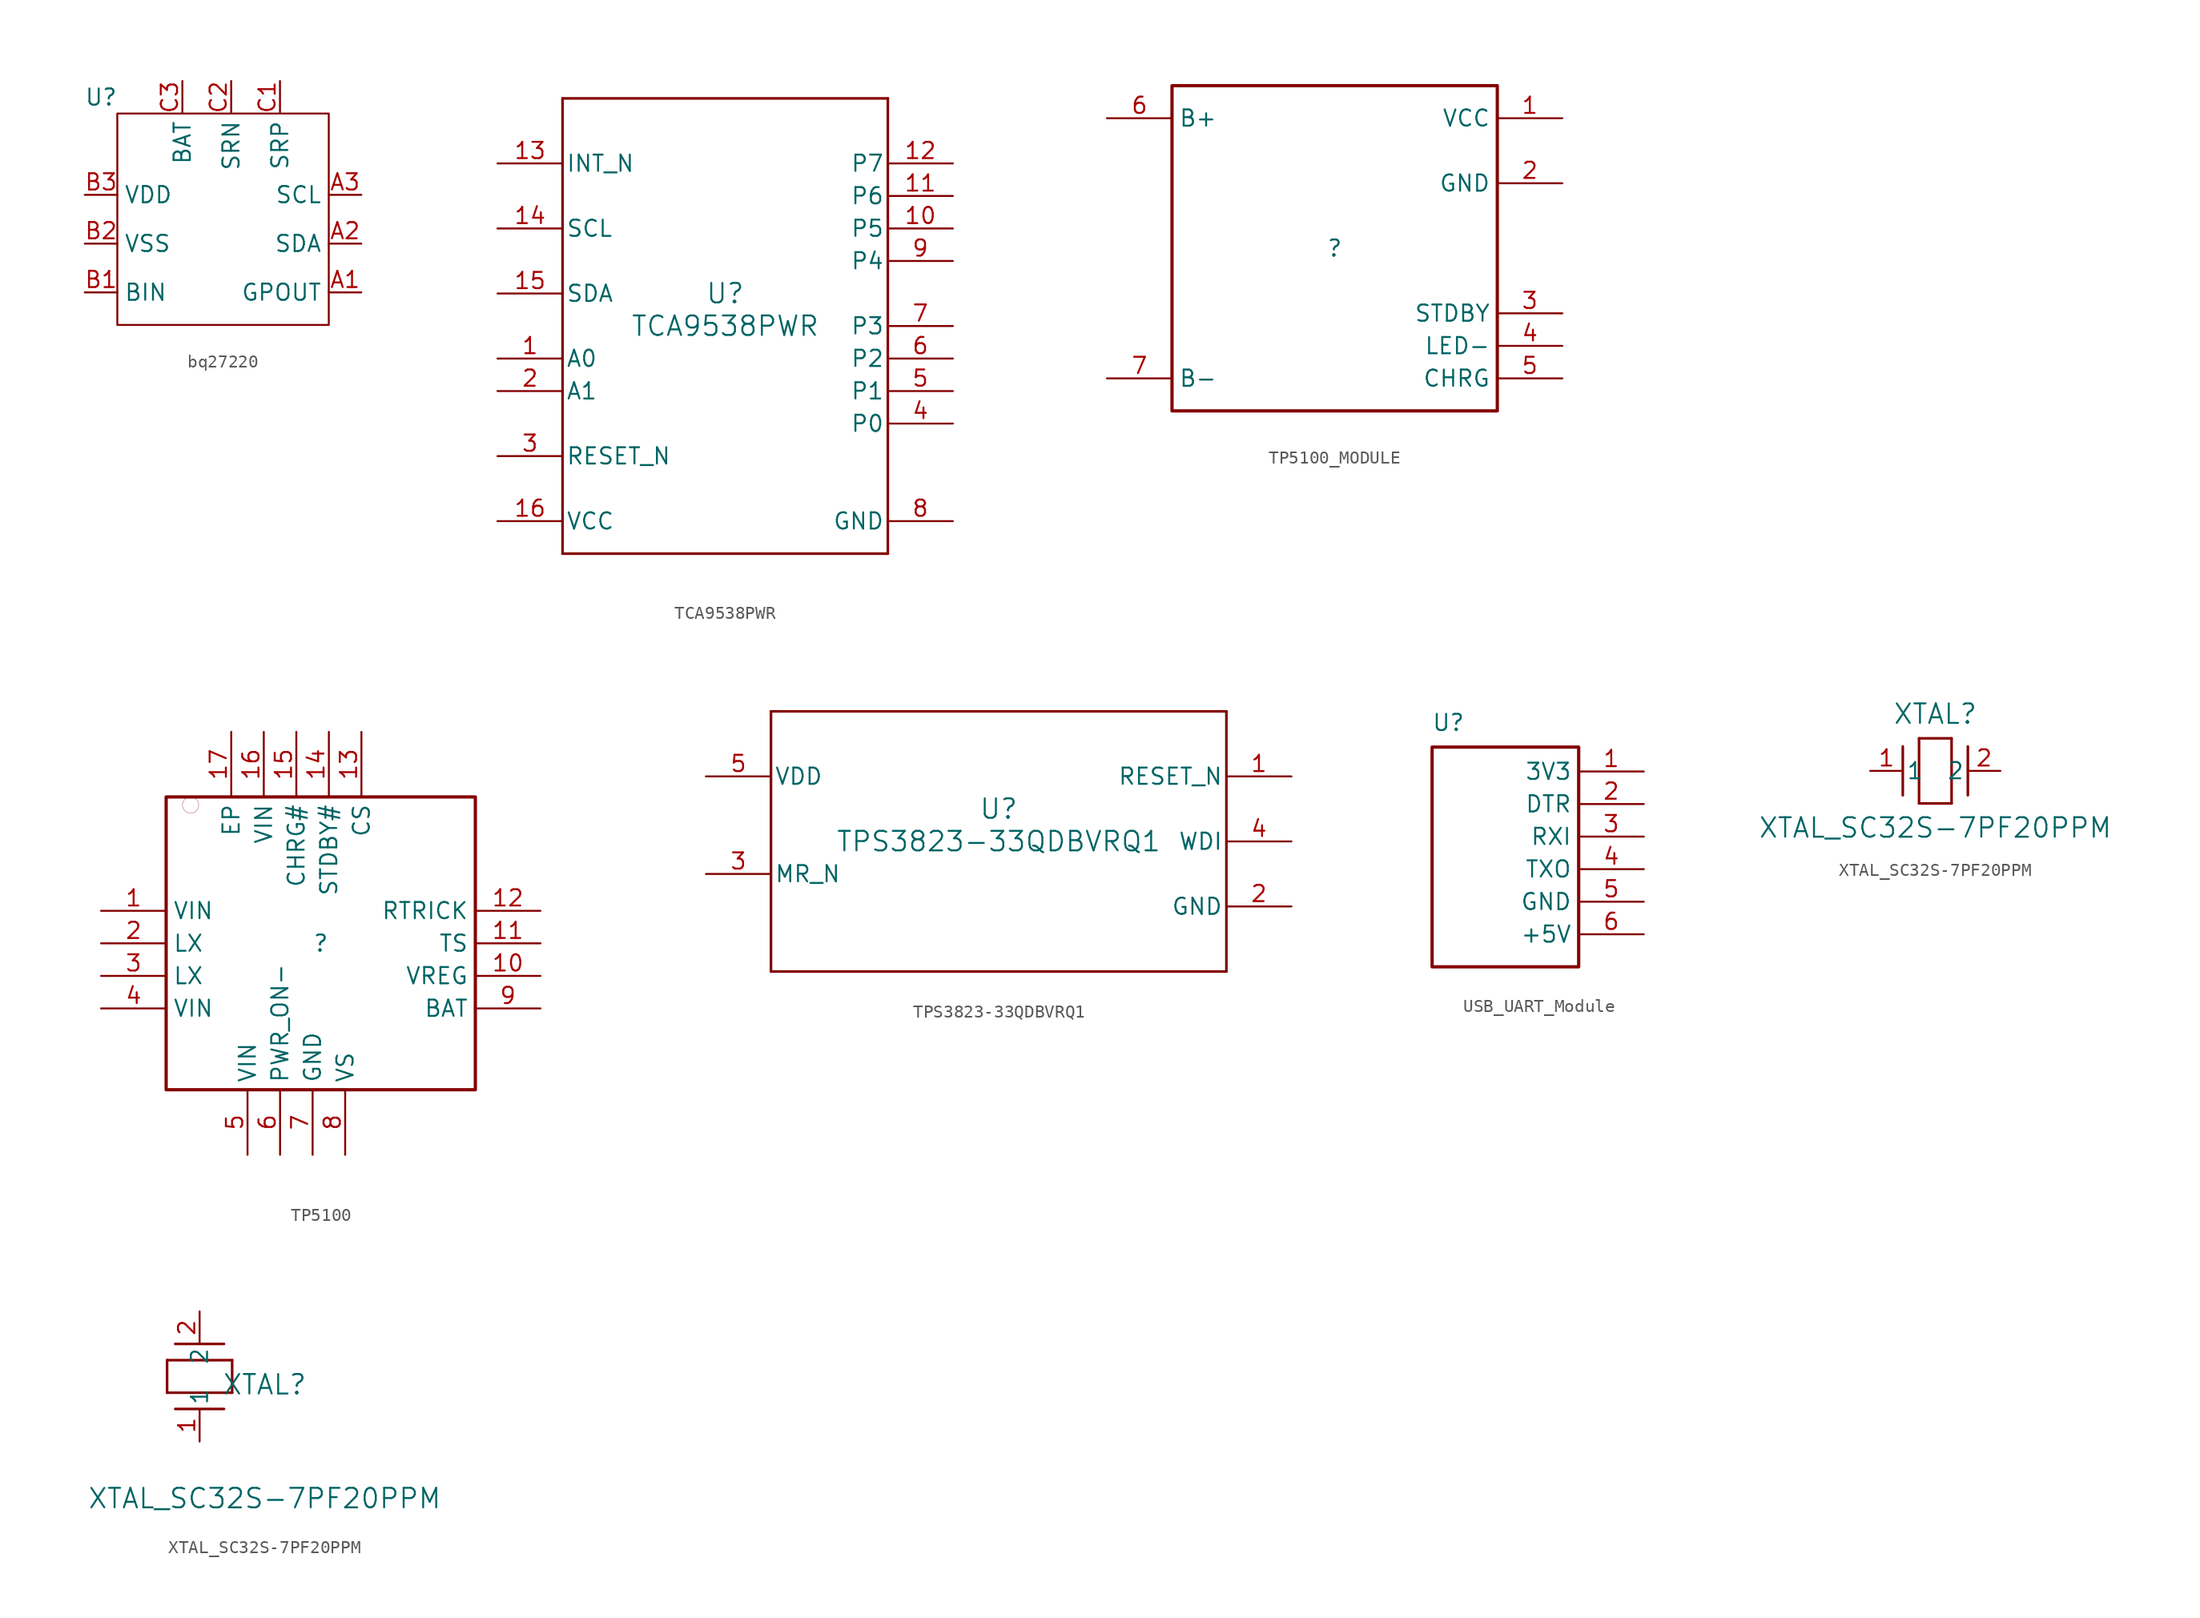
<source format=kicad_sym>
(kicad_symbol_lib
  (version 20241209)
  (generator "kicad_symbol_editor")
  (generator_version "9.0")
  (symbol "bq27220"
    (property "Reference" "U"
      (at -1.27 1.27 0)
      (effects (font (size 1.27 1.27))))
    (property "Value" ""
      (at 0 0 0)
      (effects (font (size 1.27 1.27))))
    (symbol "bq27220_0_1"
      (rectangle (start 0 0) (end 16.51 -16.51) (stroke (width 0) (type default)) (fill (type none))))
    (symbol "bq27220_1_1"
      (pin power_out line (at -2.54 -6.35 0) (length 2.54) (name "VDD" (effects (font (size 1.27 1.27)))) (number "B3" (effects (font (size 1.27 1.27)))))
      (pin power_in line (at -2.54 -10.16 0) (length 2.54) (name "VSS" (effects (font (size 1.27 1.27)))) (number "B2" (effects (font (size 1.27 1.27)))))
      (pin input line (at -2.54 -13.97 0) (length 2.54) (name "BIN" (effects (font (size 1.27 1.27)))) (number "B1" (effects (font (size 1.27 1.27)))))
      (pin input line (at 5.08 2.54 270) (length 2.54) (name "BAT" (effects (font (size 1.27 1.27)))) (number "C3" (effects (font (size 1.27 1.27)))))
      (pin input line (at 8.89 2.54 270) (length 2.54) (name "SRN" (effects (font (size 1.27 1.27)))) (number "C2" (effects (font (size 1.27 1.27)))))
      (pin input line (at 12.7 2.54 270) (length 2.54) (name "SRP" (effects (font (size 1.27 1.27)))) (number "C1" (effects (font (size 1.27 1.27)))))
      (pin bidirectional line (at 19.05 -6.35 180) (length 2.54) (name "SCL" (effects (font (size 1.27 1.27)))) (number "A3" (effects (font (size 1.27 1.27)))))
      (pin bidirectional line (at 19.05 -10.16 180) (length 2.54) (name "SDA" (effects (font (size 1.27 1.27)))) (number "A2" (effects (font (size 1.27 1.27)))))
      (pin output line (at 19.05 -13.97 180) (length 2.54) (name "GPOUT" (effects (font (size 1.27 1.27)))) (number "A1" (effects (font (size 1.27 1.27)))))))
  (symbol "TCA9538PWR"
    (pin_names
      (offset 0.254))
    (property "Reference" "U"
      (at 0 2.54 0)
      (effects (font (size 1.524 1.524))))
    (property "Value" "TCA9538PWR"
      (at 0 0 0)
      (effects (font (size 1.524 1.524))))
    (property "ki_locked" ""
      (at 0 0 0)
      (effects (font (size 1.27 1.27))))
    (symbol "TCA9538PWR_0_1"
      (polyline (pts (xy -12.7 17.78) (xy -12.7 -17.78)) (stroke (width 0.203) (type default)) (fill (type none)))
      (polyline (pts (xy -12.7 -17.78) (xy 12.7 -17.78)) (stroke (width 0.203) (type default)) (fill (type none)))
      (polyline (pts (xy 12.7 17.78) (xy -12.7 17.78)) (stroke (width 0.203) (type default)) (fill (type none)))
      (polyline (pts (xy 12.7 -17.78) (xy 12.7 17.78)) (stroke (width 0.203) (type default)) (fill (type none)))
      (pin open_collector line (at -17.78 12.7 0) (length 5.08) (name "INT_N" (effects (font (size 1.27 1.27)))) (number "13" (effects (font (size 1.27 1.27)))))
      (pin input line (at -17.78 7.62 0) (length 5.08) (name "SCL" (effects (font (size 1.27 1.27)))) (number "14" (effects (font (size 1.27 1.27)))))
      (pin bidirectional line (at -17.78 2.54 0) (length 5.08) (name "SDA" (effects (font (size 1.27 1.27)))) (number "15" (effects (font (size 1.27 1.27)))))
      (pin input line (at -17.78 -2.54 0) (length 5.08) (name "A0" (effects (font (size 1.27 1.27)))) (number "1" (effects (font (size 1.27 1.27)))))
      (pin input line (at -17.78 -5.08 0) (length 5.08) (name "A1" (effects (font (size 1.27 1.27)))) (number "2" (effects (font (size 1.27 1.27)))))
      (pin input line (at -17.78 -10.16 0) (length 5.08) (name "RESET_N" (effects (font (size 1.27 1.27)))) (number "3" (effects (font (size 1.27 1.27)))))
      (pin power_in line (at -17.78 -15.24 0) (length 5.08) (name "VCC" (effects (font (size 1.27 1.27)))) (number "16" (effects (font (size 1.27 1.27)))))
      (pin bidirectional line (at 17.78 12.7 180) (length 5.08) (name "P7" (effects (font (size 1.27 1.27)))) (number "12" (effects (font (size 1.27 1.27)))))
      (pin bidirectional line (at 17.78 10.16 180) (length 5.08) (name "P6" (effects (font (size 1.27 1.27)))) (number "11" (effects (font (size 1.27 1.27)))))
      (pin bidirectional line (at 17.78 7.62 180) (length 5.08) (name "P5" (effects (font (size 1.27 1.27)))) (number "10" (effects (font (size 1.27 1.27)))))
      (pin bidirectional line (at 17.78 5.08 180) (length 5.08) (name "P4" (effects (font (size 1.27 1.27)))) (number "9" (effects (font (size 1.27 1.27)))))
      (pin bidirectional line (at 17.78 0 180) (length 5.08) (name "P3" (effects (font (size 1.27 1.27)))) (number "7" (effects (font (size 1.27 1.27)))))
      (pin bidirectional line (at 17.78 -2.54 180) (length 5.08) (name "P2" (effects (font (size 1.27 1.27)))) (number "6" (effects (font (size 1.27 1.27)))))
      (pin bidirectional line (at 17.78 -5.08 180) (length 5.08) (name "P1" (effects (font (size 1.27 1.27)))) (number "5" (effects (font (size 1.27 1.27)))))
      (pin bidirectional line (at 17.78 -7.62 180) (length 5.08) (name "P0" (effects (font (size 1.27 1.27)))) (number "4" (effects (font (size 1.27 1.27)))))
      (pin power_in line (at 17.78 -15.24 180) (length 5.08) (name "GND" (effects (font (size 1.27 1.27)))) (number "8" (effects (font (size 1.27 1.27)))))))
  (symbol "TP5100_MODULE"
    (property "Reference" ""
      (at 0 0 0)
      (effects (font (size 1.27 1.27))))
    (property "Value" ""
      (at 0 0 0)
      (effects (font (size 1.27 1.27))))
    (symbol "TP5100_MODULE_1_0"
      (rectangle (start 12.7 12.7) (end -12.7 -12.7) (stroke (width 0.254) (type solid)) (fill (type none)))
      (pin passive line (at -17.78 10.16 0) (length 5.08) (name "B+" (effects (font (size 1.27 1.27)))) (number "6" (effects (font (size 1.27 1.27)))))
      (pin passive line (at -17.78 -10.16 0) (length 5.08) (name "B-" (effects (font (size 1.27 1.27)))) (number "7" (effects (font (size 1.27 1.27)))))
      (pin passive line (at 17.78 10.16 180) (length 5.08) (name "VCC" (effects (font (size 1.27 1.27)))) (number "1" (effects (font (size 1.27 1.27)))))
      (pin passive line (at 17.78 5.08 180) (length 5.08) (name "GND" (effects (font (size 1.27 1.27)))) (number "2" (effects (font (size 1.27 1.27)))))
      (pin passive line (at 17.78 -5.08 180) (length 5.08) (name "STDBY" (effects (font (size 1.27 1.27)))) (number "3" (effects (font (size 1.27 1.27)))))
      (pin passive line (at 17.78 -7.62 180) (length 5.08) (name "LED-" (effects (font (size 1.27 1.27)))) (number "4" (effects (font (size 1.27 1.27)))))
      (pin passive line (at 17.78 -10.16 180) (length 5.08) (name "CHRG" (effects (font (size 1.27 1.27)))) (number "5" (effects (font (size 1.27 1.27)))))))
  (symbol "TP5100"
    (property "Reference" ""
      (at 0 0 0)
      (effects (font (size 1.27 1.27))))
    (property "Value" ""
      (at 0 0 0)
      (effects (font (size 1.27 1.27))))
    (symbol "TP5100_1_0"
      (circle (center -10.16 10.795) (radius 0.635) (stroke (width 0.0001) (type solid)) (fill (type none)))
      (rectangle (start 12.065 11.43) (end -12.065 -11.43) (stroke (width 0.254) (type solid)) (fill (type none)))
      (pin passive line (at -17.145 2.54 0) (length 5.08) (name "VIN" (effects (font (size 1.27 1.27)))) (number "1" (effects (font (size 1.27 1.27)))))
      (pin passive line (at -17.145 0 0) (length 5.08) (name "LX" (effects (font (size 1.27 1.27)))) (number "2" (effects (font (size 1.27 1.27)))))
      (pin passive line (at -17.145 -2.54 0) (length 5.08) (name "LX" (effects (font (size 1.27 1.27)))) (number "3" (effects (font (size 1.27 1.27)))))
      (pin passive line (at -17.145 -5.08 0) (length 5.08) (name "VIN" (effects (font (size 1.27 1.27)))) (number "4" (effects (font (size 1.27 1.27)))))
      (pin passive line (at -6.985 16.51 270) (length 5.08) (name "EP" (effects (font (size 1.27 1.27)))) (number "17" (effects (font (size 1.27 1.27)))))
      (pin passive line (at -5.715 -16.51 90) (length 5.08) (name "VIN" (effects (font (size 1.27 1.27)))) (number "5" (effects (font (size 1.27 1.27)))))
      (pin passive line (at -4.445 16.51 270) (length 5.08) (name "VIN" (effects (font (size 1.27 1.27)))) (number "16" (effects (font (size 1.27 1.27)))))
      (pin passive line (at -3.175 -16.51 90) (length 5.08) (name "PWR_ON-" (effects (font (size 1.27 1.27)))) (number "6" (effects (font (size 1.27 1.27)))))
      (pin passive line (at -1.905 16.51 270) (length 5.08) (name "CHRG#" (effects (font (size 1.27 1.27)))) (number "15" (effects (font (size 1.27 1.27)))))
      (pin passive line (at -0.635 -16.51 90) (length 5.08) (name "GND" (effects (font (size 1.27 1.27)))) (number "7" (effects (font (size 1.27 1.27)))))
      (pin passive line (at 0.635 16.51 270) (length 5.08) (name "STDBY#" (effects (font (size 1.27 1.27)))) (number "14" (effects (font (size 1.27 1.27)))))
      (pin passive line (at 1.905 -16.51 90) (length 5.08) (name "VS" (effects (font (size 1.27 1.27)))) (number "8" (effects (font (size 1.27 1.27)))))
      (pin passive line (at 3.175 16.51 270) (length 5.08) (name "CS" (effects (font (size 1.27 1.27)))) (number "13" (effects (font (size 1.27 1.27)))))
      (pin passive line (at 17.145 2.54 180) (length 5.08) (name "RTRICK" (effects (font (size 1.27 1.27)))) (number "12" (effects (font (size 1.27 1.27)))))
      (pin passive line (at 17.145 0 180) (length 5.08) (name "TS" (effects (font (size 1.27 1.27)))) (number "11" (effects (font (size 1.27 1.27)))))
      (pin passive line (at 17.145 -2.54 180) (length 5.08) (name "VREG" (effects (font (size 1.27 1.27)))) (number "10" (effects (font (size 1.27 1.27)))))
      (pin passive line (at 17.145 -5.08 180) (length 5.08) (name "BAT" (effects (font (size 1.27 1.27)))) (number "9" (effects (font (size 1.27 1.27)))))))
  (symbol "TPS3823-33QDBVRQ1"
    (pin_names
      (offset 0.254))
    (property "Reference" "U"
      (at 0 2.54 0)
      (effects (font (size 1.524 1.524))))
    (property "Value" "TPS3823-33QDBVRQ1"
      (at 0 0 0)
      (effects (font (size 1.524 1.524))))
    (property "ki_locked" ""
      (at 0 0 0)
      (effects (font (size 1.27 1.27))))
    (symbol "TPS3823-33QDBVRQ1_0_1"
      (polyline (pts (xy -17.78 10.16) (xy -17.78 -10.16)) (stroke (width 0.203) (type default)) (fill (type none)))
      (polyline (pts (xy -17.78 -10.16) (xy 17.78 -10.16)) (stroke (width 0.203) (type default)) (fill (type none)))
      (polyline (pts (xy 17.78 10.16) (xy -17.78 10.16)) (stroke (width 0.203) (type default)) (fill (type none)))
      (polyline (pts (xy 17.78 -10.16) (xy 17.78 10.16)) (stroke (width 0.203) (type default)) (fill (type none)))
      (pin power_in line (at -22.86 5.08 0) (length 5.08) (name "VDD" (effects (font (size 1.27 1.27)))) (number "5" (effects (font (size 1.27 1.27)))))
      (pin input line (at -22.86 -2.54 0) (length 5.08) (name "MR_N" (effects (font (size 1.27 1.27)))) (number "3" (effects (font (size 1.27 1.27)))))
      (pin output line (at 22.86 5.08 180) (length 5.08) (name "RESET_N" (effects (font (size 1.27 1.27)))) (number "1" (effects (font (size 1.27 1.27)))))
      (pin input line (at 22.86 0 180) (length 5.08) (name "WDI" (effects (font (size 1.27 1.27)))) (number "4" (effects (font (size 1.27 1.27)))))
      (pin power_in line (at 22.86 -5.08 180) (length 5.08) (name "GND" (effects (font (size 1.27 1.27)))) (number "2" (effects (font (size 1.27 1.27)))))))
  (symbol "USB_UART_Module"
    (property "Reference" "U"
      (at 1.27 8.89 0)
      (effects (font (size 1.27 1.27))))
    (property "Value" ""
      (at 0 0 0)
      (effects (font (size 1.27 1.27))))
    (symbol "USB_UART_Module_1_0"
      (rectangle (start 0 6.985) (end 11.43 -10.16) (stroke (width 0.254) (type solid)) (fill (type none)))
      (pin passive line (at 16.51 5.08 180) (length 5.08) (name "3V3" (effects (font (size 1.27 1.27)))) (number "1" (effects (font (size 1.27 1.27)))))
      (pin passive line (at 16.51 2.54 180) (length 5.08) (name "DTR" (effects (font (size 1.27 1.27)))) (number "2" (effects (font (size 1.27 1.27)))))
      (pin passive line (at 16.51 0 180) (length 5.08) (name "RXI" (effects (font (size 1.27 1.27)))) (number "3" (effects (font (size 1.27 1.27)))))
      (pin passive line (at 16.51 -2.54 180) (length 5.08) (name "TXO" (effects (font (size 1.27 1.27)))) (number "4" (effects (font (size 1.27 1.27)))))
      (pin passive line (at 16.51 -5.08 180) (length 5.08) (name "GND" (effects (font (size 1.27 1.27)))) (number "5" (effects (font (size 1.27 1.27)))))
      (pin passive line (at 16.51 -7.62 180) (length 5.08) (name "+5V" (effects (font (size 1.27 1.27)))) (number "6" (effects (font (size 1.27 1.27)))))))
  (symbol "XTAL_SC32S-7PF20PPM"
    (pin_names
      (offset 0.254))
    (property "Reference" "XTAL"
      (at 5.08 4.445 0)
      (effects (font (size 1.524 1.524))))
    (property "Value" "XTAL_SC32S-7PF20PPM"
      (at 5.08 -4.445 0)
      (effects (font (size 1.524 1.524))))
    (symbol "XTAL_SC32S-7PF20PPM_1_1"
      (polyline (pts (xy 2.54 -1.905) (xy 2.54 1.905)) (stroke (width 0.203) (type default)) (fill (type none)))
      (polyline (pts (xy 3.81 2.54) (xy 6.35 2.54)) (stroke (width 0.203) (type default)) (fill (type none)))
      (polyline (pts (xy 3.81 -2.54) (xy 3.81 2.54)) (stroke (width 0.203) (type default)) (fill (type none)))
      (polyline (pts (xy 6.35 2.54) (xy 6.35 -2.54)) (stroke (width 0.203) (type default)) (fill (type none)))
      (polyline (pts (xy 6.35 -2.54) (xy 3.81 -2.54)) (stroke (width 0.203) (type default)) (fill (type none)))
      (polyline (pts (xy 7.62 -1.905) (xy 7.62 1.905)) (stroke (width 0.203) (type default)) (fill (type none)))
      (pin unspecified line (at 0 0 0) (length 2.54) (name "1" (effects (font (size 1.27 1.27)))) (number "1" (effects (font (size 1.27 1.27)))))
      (pin unspecified line (at 10.16 0 180) (length 2.54) (name "2" (effects (font (size 1.27 1.27)))) (number "2" (effects (font (size 1.27 1.27))))))
    (symbol "XTAL_SC32S-7PF20PPM_1_2"
      (polyline (pts (xy -2.54 6.35) (xy 2.54 6.35)) (stroke (width 0.203) (type default)) (fill (type none)))
      (polyline (pts (xy -2.54 3.81) (xy -2.54 6.35)) (stroke (width 0.203) (type default)) (fill (type none)))
      (polyline (pts (xy 1.905 7.62) (xy -1.905 7.62)) (stroke (width 0.203) (type default)) (fill (type none)))
      (polyline (pts (xy 1.905 2.54) (xy -1.905 2.54)) (stroke (width 0.203) (type default)) (fill (type none)))
      (polyline (pts (xy 2.54 6.35) (xy 2.54 3.81)) (stroke (width 0.203) (type default)) (fill (type none)))
      (polyline (pts (xy 2.54 3.81) (xy -2.54 3.81)) (stroke (width 0.203) (type default)) (fill (type none)))
      (pin unspecified line (at 0 10.16 270) (length 2.54) (name "2" (effects (font (size 1.27 1.27)))) (number "2" (effects (font (size 1.27 1.27)))))
      (pin unspecified line (at 0 0 90) (length 2.54) (name "1" (effects (font (size 1.27 1.27)))) (number "1" (effects (font (size 1.27 1.27))))))))
</source>
